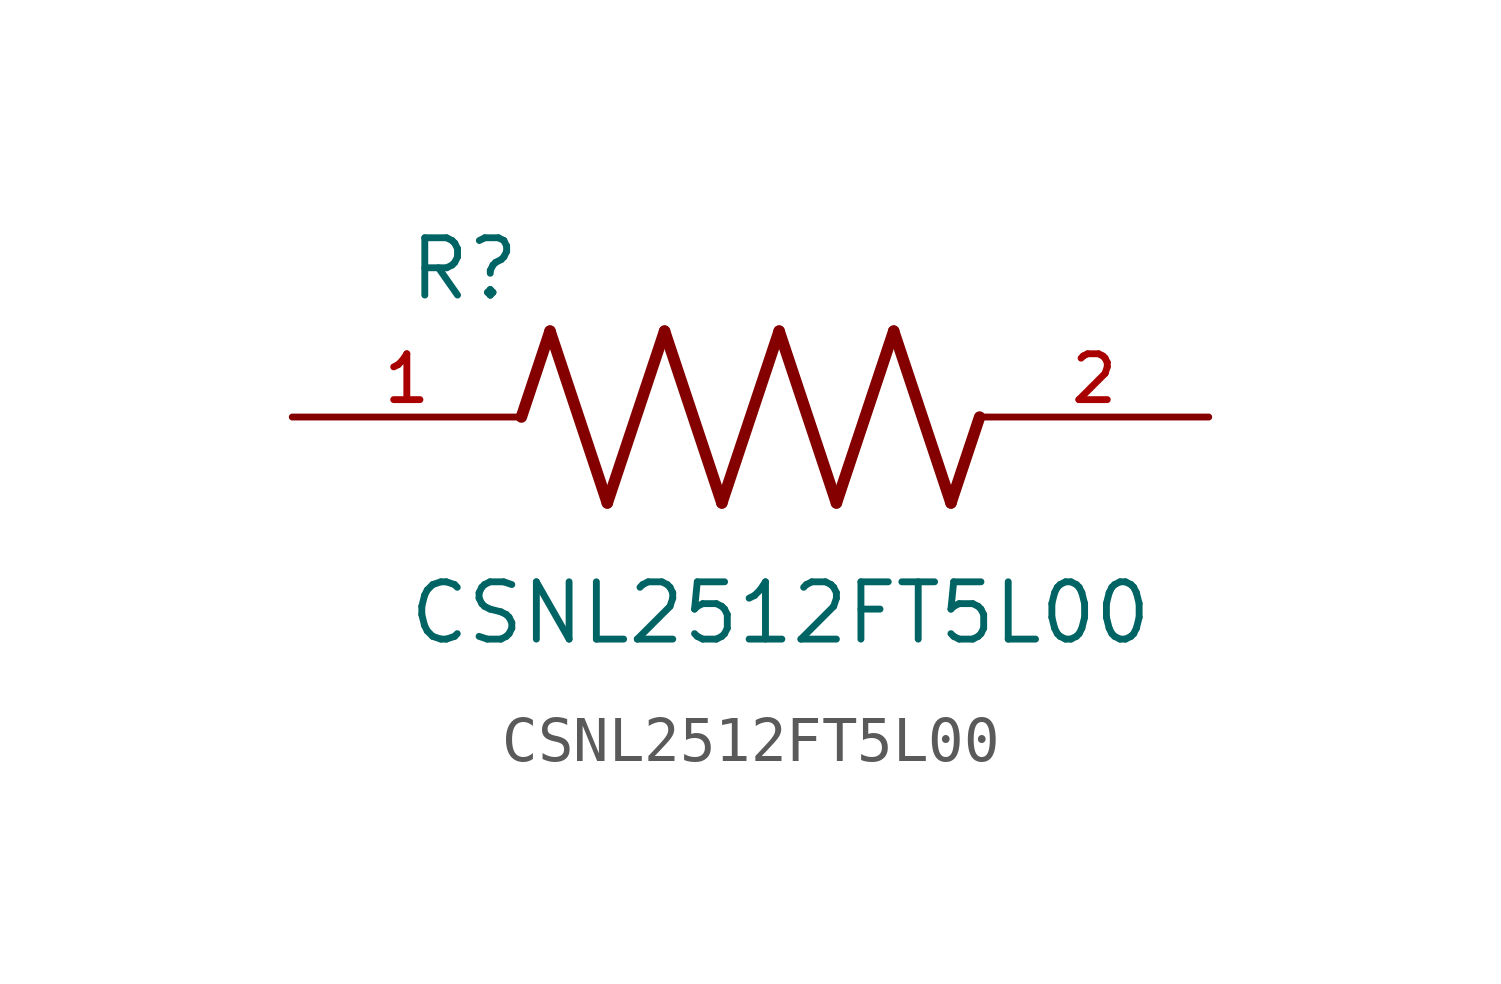
<source format=kicad_sym>
(kicad_symbol_lib
  (version 20211014)
  (generator kicad_symbol_editor)
  (symbol "CSNL2512FT5L00"
    (pin_names
      (offset 1.016))
    (property "Reference" "R"
      (at -7.624 2.541 0)
      (effects (font (size 1.27 1.27)) (justify bottom left)))
    (property "Value" "CSNL2512FT5L00"
      (at -7.63 -5.087 0)
      (effects (font (size 1.27 1.27)) (justify bottom left)))
    (symbol "CSNL2512FT5L00_0_0"
      (polyline (pts (xy -5.08 0.0) (xy -4.445 1.905)) (stroke (width 0.254)))
      (polyline (pts (xy -4.445 1.905) (xy -3.175 -1.905)) (stroke (width 0.254)))
      (polyline (pts (xy -3.175 -1.905) (xy -1.905 1.905)) (stroke (width 0.254)))
      (polyline (pts (xy -1.905 1.905) (xy -0.635 -1.905)) (stroke (width 0.254)))
      (polyline (pts (xy -0.635 -1.905) (xy 0.635 1.905)) (stroke (width 0.254)))
      (polyline (pts (xy 0.635 1.905) (xy 1.905 -1.905)) (stroke (width 0.254)))
      (polyline (pts (xy 1.905 -1.905) (xy 3.175 1.905)) (stroke (width 0.254)))
      (polyline (pts (xy 3.175 1.905) (xy 4.445 -1.905)) (stroke (width 0.254)))
      (polyline (pts (xy 4.445 -1.905) (xy 5.08 0.0)) (stroke (width 0.254)))
      (pin passive line (at -10.16 0.0 0) (length 5.08) (name "~" (effects (font (size 1.016 1.016)))) (number "1" (effects (font (size 1.016 1.016)))))
      (pin passive line (at 10.16 0.0 180.0) (length 5.08) (name "~" (effects (font (size 1.016 1.016)))) (number "2" (effects (font (size 1.016 1.016))))))))
</source>
